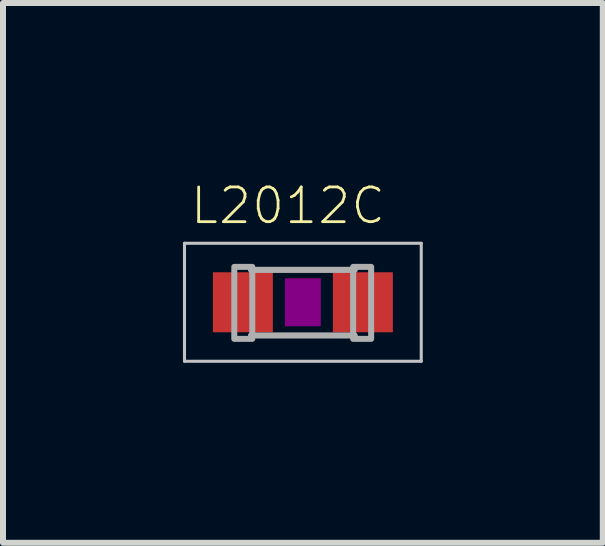
<source format=kicad_pcb>
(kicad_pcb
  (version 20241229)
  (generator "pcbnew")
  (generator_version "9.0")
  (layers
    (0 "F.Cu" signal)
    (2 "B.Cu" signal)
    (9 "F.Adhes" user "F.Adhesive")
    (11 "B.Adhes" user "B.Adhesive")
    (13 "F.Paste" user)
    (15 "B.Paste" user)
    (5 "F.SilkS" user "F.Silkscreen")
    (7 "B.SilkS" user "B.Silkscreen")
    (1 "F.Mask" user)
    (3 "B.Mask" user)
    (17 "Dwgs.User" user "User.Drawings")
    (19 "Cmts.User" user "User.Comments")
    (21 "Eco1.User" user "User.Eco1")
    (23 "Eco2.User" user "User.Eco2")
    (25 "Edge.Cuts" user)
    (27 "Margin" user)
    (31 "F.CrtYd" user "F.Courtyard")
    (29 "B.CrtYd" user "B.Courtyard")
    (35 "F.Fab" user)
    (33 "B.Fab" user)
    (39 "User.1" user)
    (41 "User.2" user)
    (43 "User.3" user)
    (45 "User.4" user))
  (footprint "L2012C"
    (layer "F.Cu")
    (at 1.998 1.988)
    (property "Reference" "L2012C" (at -1.905 -1.27 0) (layer "F.SilkS") (effects (font (size 0.579 0.579) (thickness 0.046)) (justify left bottom)))
    (attr through_hole)
    (fp_poly (pts (xy -0.3 0.4) (xy 0.3 0.4) (xy 0.3 -0.4) (xy -0.3 -0.4)) (stroke (width 0) (type solid)) (fill yes) (layer "F.Adhes"))
    (fp_line (start -1.973 -0.983) (end 1.973 -0.983) (stroke (width 0.051) (type solid)) (layer "Dwgs.User"))
    (fp_line (start -1.973 0.983) (end -1.973 -0.983) (stroke (width 0.051) (type solid)) (layer "Dwgs.User"))
    (fp_line (start 1.973 -0.983) (end 1.973 0.983) (stroke (width 0.051) (type solid)) (layer "Dwgs.User"))
    (fp_line (start 1.973 0.983) (end -1.973 0.983) (stroke (width 0.051) (type solid)) (layer "Dwgs.User"))
    (fp_line (start -0.864 -0.54) (end 0.864 -0.54) (stroke (width 0.102) (type solid)) (layer "F.Fab"))
    (fp_line (start -0.864 0.553) (end 0.864 0.553) (stroke (width 0.102) (type solid)) (layer "F.Fab"))
    (fp_poly (pts (xy -1.143 0.61) (xy -0.843 0.61) (xy -0.843 -0.59) (xy -1.143 -0.59)) (stroke (width 0.1) (type solid)) (fill no) (layer "F.Fab"))
    (fp_poly (pts (xy 0.838 0.61) (xy 1.138 0.61) (xy 1.138 -0.59) (xy 0.838 -0.59)) (stroke (width 0.1) (type solid)) (fill no) (layer "F.Fab"))
    (pad "1" smd rect (at -1 0) (size 1 1) (layers "F.Cu" "F.Mask" "F.Paste"))
    (pad "2" smd rect (at 1 0) (size 1 1) (layers "F.Cu" "F.Mask" "F.Paste")))
  (gr_rect
    (start -3 -3)
    (end 6.997 5.997)
    (stroke (width 0.1) (type default))
    (fill no)
    (layer "Edge.Cuts")))
</source>
